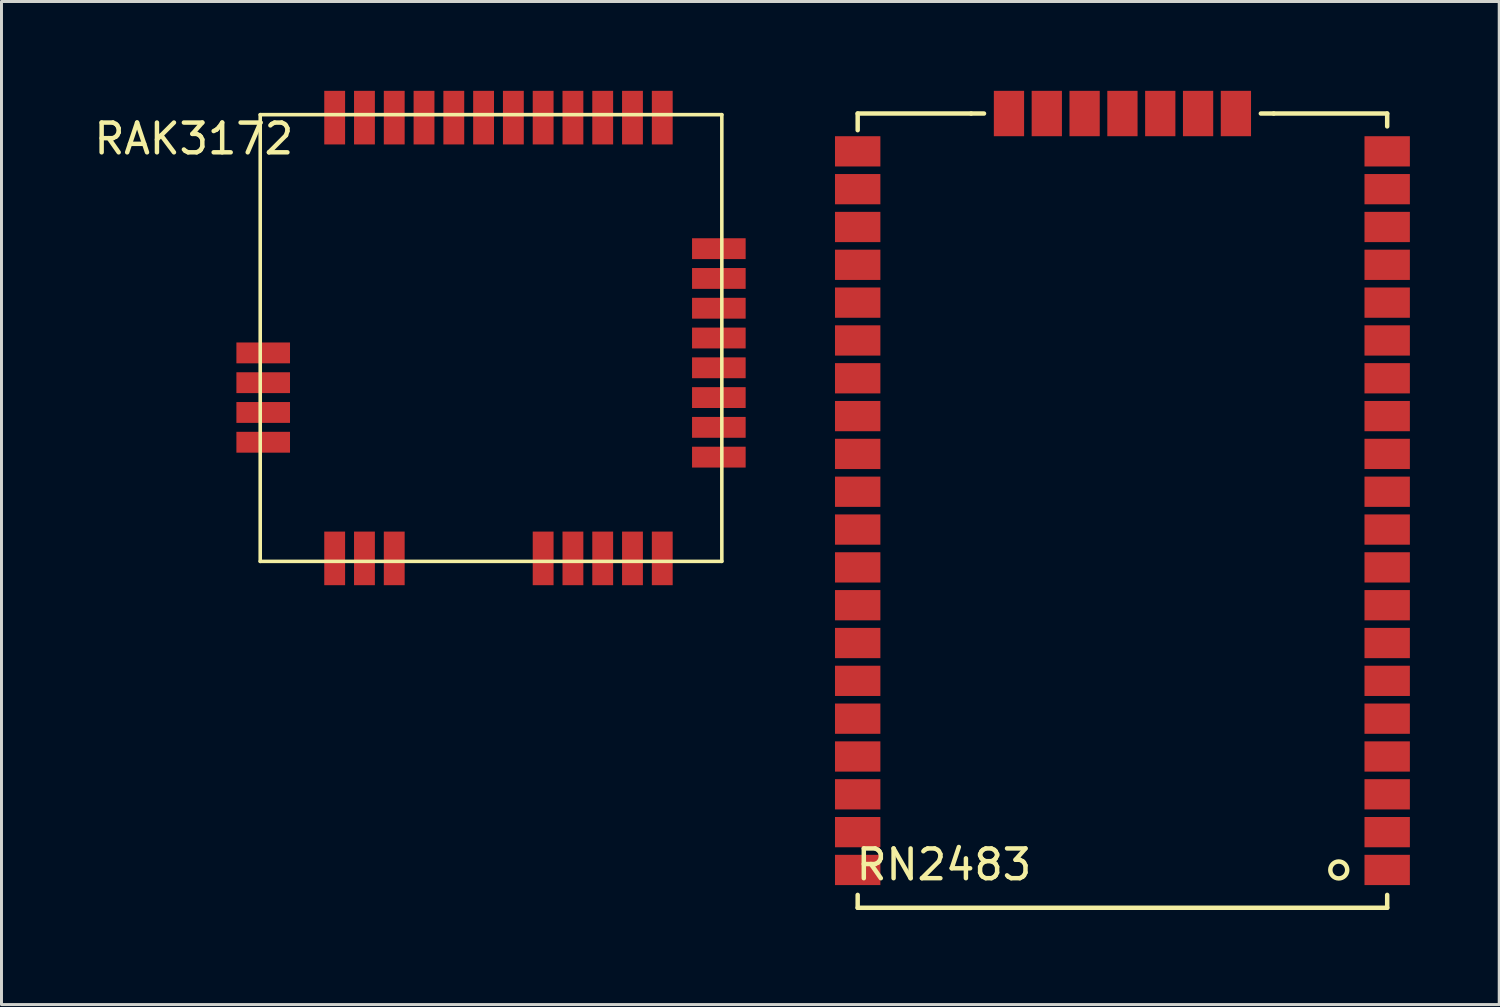
<source format=kicad_pcb>
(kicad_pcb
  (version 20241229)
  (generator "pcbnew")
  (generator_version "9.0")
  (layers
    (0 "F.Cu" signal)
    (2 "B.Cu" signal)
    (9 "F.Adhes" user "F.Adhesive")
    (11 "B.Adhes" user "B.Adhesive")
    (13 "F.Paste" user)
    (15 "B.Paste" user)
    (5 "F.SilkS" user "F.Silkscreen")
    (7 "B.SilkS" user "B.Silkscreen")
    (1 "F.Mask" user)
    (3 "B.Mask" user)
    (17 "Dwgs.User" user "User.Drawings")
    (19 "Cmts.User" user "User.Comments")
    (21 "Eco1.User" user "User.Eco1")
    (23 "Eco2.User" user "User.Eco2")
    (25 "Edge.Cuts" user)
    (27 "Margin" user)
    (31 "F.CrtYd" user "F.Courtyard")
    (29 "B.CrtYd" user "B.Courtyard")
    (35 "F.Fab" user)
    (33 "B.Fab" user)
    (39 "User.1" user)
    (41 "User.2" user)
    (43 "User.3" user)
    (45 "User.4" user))
  (footprint "RAK3172"
    (layer "F.Cu")
    (at 5.688 0.8)
    (property "Reference" "RAK3172" (at -2.23 0.81 0) (layer "F.SilkS") (effects (font (size 1 1) (thickness 0.15))))
    (attr through_hole)
    (fp_line (start 0 0) (end 15.5 0) (stroke (width 0.12) (type solid)) (layer "F.SilkS"))
    (fp_line (start 0 15) (end 0 0) (stroke (width 0.12) (type solid)) (layer "F.SilkS"))
    (fp_line (start 15.5 0) (end 15.5 15) (stroke (width 0.12) (type solid)) (layer "F.SilkS"))
    (fp_line (start 15.5 15) (end 0 15) (stroke (width 0.12) (type solid)) (layer "F.SilkS"))
    (pad "1" smd rect (at 2.5 0.1) (size 0.7 1.8) (layers "F.Cu" "F.Mask" "F.Paste"))
    (pad "2" smd rect (at 3.5 0.1) (size 0.7 1.8) (layers "F.Cu" "F.Mask" "F.Paste"))
    (pad "3" smd rect (at 4.5 0.1) (size 0.7 1.8) (layers "F.Cu" "F.Mask" "F.Paste"))
    (pad "4" smd rect (at 5.5 0.1) (size 0.7 1.8) (layers "F.Cu" "F.Mask" "F.Paste"))
    (pad "5" smd rect (at 6.5 0.1) (size 0.7 1.8) (layers "F.Cu" "F.Mask" "F.Paste"))
    (pad "6" smd rect (at 7.5 0.1) (size 0.7 1.8) (layers "F.Cu" "F.Mask" "F.Paste"))
    (pad "7" smd rect (at 8.5 0.1) (size 0.7 1.8) (layers "F.Cu" "F.Mask" "F.Paste"))
    (pad "8" smd rect (at 9.5 0.1) (size 0.7 1.8) (layers "F.Cu" "F.Mask" "F.Paste"))
    (pad "9" smd rect (at 10.5 0.1) (size 0.7 1.8) (layers "F.Cu" "F.Mask" "F.Paste"))
    (pad "10" smd rect (at 11.5 0.1) (size 0.7 1.8) (layers "F.Cu" "F.Mask" "F.Paste"))
    (pad "11" smd rect (at 12.5 0.1) (size 0.7 1.8) (layers "F.Cu" "F.Mask" "F.Paste"))
    (pad "12" smd rect (at 13.5 0.1) (size 0.7 1.8) (layers "F.Cu" "F.Mask" "F.Paste"))
    (pad "13" smd rect (at 0.1 11 90) (size 0.7 1.8) (layers "F.Cu" "F.Mask" "F.Paste"))
    (pad "14" smd rect (at 0.1 10 90) (size 0.7 1.8) (layers "F.Cu" "F.Mask" "F.Paste"))
    (pad "15" smd rect (at 0.1 9 90) (size 0.7 1.8) (layers "F.Cu" "F.Mask" "F.Paste"))
    (pad "16" smd rect (at 0.1 8 90) (size 0.7 1.8) (layers "F.Cu" "F.Mask" "F.Paste"))
    (pad "17" smd rect (at 2.5 14.9) (size 0.7 1.8) (layers "F.Cu" "F.Mask" "F.Paste"))
    (pad "18" smd rect (at 3.5 14.9) (size 0.7 1.8) (layers "F.Cu" "F.Mask" "F.Paste"))
    (pad "19" smd rect (at 4.5 14.9) (size 0.7 1.8) (layers "F.Cu" "F.Mask" "F.Paste"))
    (pad "20" smd rect (at 9.5 14.9) (size 0.7 1.8) (layers "F.Cu" "F.Mask" "F.Paste"))
    (pad "21" smd rect (at 10.5 14.9) (size 0.7 1.8) (layers "F.Cu" "F.Mask" "F.Paste"))
    (pad "22" smd rect (at 11.5 14.9) (size 0.7 1.8) (layers "F.Cu" "F.Mask" "F.Paste"))
    (pad "23" smd rect (at 12.5 14.9) (size 0.7 1.8) (layers "F.Cu" "F.Mask" "F.Paste"))
    (pad "24" smd rect (at 13.5 14.9) (size 0.7 1.8) (layers "F.Cu" "F.Mask" "F.Paste"))
    (pad "25" smd rect (at 15.4 11.5 90) (size 0.7 1.8) (layers "F.Cu" "F.Mask" "F.Paste"))
    (pad "26" smd rect (at 15.4 10.5 90) (size 0.7 1.8) (layers "F.Cu" "F.Mask" "F.Paste"))
    (pad "27" smd rect (at 15.4 9.5 90) (size 0.7 1.8) (layers "F.Cu" "F.Mask" "F.Paste"))
    (pad "28" smd rect (at 15.4 8.5 90) (size 0.7 1.8) (layers "F.Cu" "F.Mask" "F.Paste"))
    (pad "29" smd rect (at 15.4 7.5 90) (size 0.7 1.8) (layers "F.Cu" "F.Mask" "F.Paste"))
    (pad "30" smd rect (at 15.4 6.5 90) (size 0.7 1.8) (layers "F.Cu" "F.Mask" "F.Paste"))
    (pad "31" smd rect (at 15.4 5.5 90) (size 0.7 1.8) (layers "F.Cu" "F.Mask" "F.Paste"))
    (pad "32" smd rect (at 15.4 4.5 90) (size 0.7 1.8) (layers "F.Cu" "F.Mask" "F.Paste")))
  (footprint "RN2483"
    (layer "F.Cu")
    (at 25.75 27.432)
    (property "Reference" "RN2483" (at 2.896 -1.448 0) (layer "F.SilkS") (effects (font (size 1 1) (thickness 0.15))))
    (attr through_hole)
    (fp_line (start 0 -26.67) (end 0 -26.111) (stroke (width 0.15) (type solid)) (layer "F.SilkS"))
    (fp_line (start 0 -26.67) (end 3.81 -26.67) (stroke (width 0.15) (type solid)) (layer "F.SilkS"))
    (fp_line (start 0 0) (end 0 -0.432) (stroke (width 0.15) (type solid)) (layer "F.SilkS"))
    (fp_line (start 0 0) (end 17.78 0) (stroke (width 0.15) (type solid)) (layer "F.SilkS"))
    (fp_line (start 3.81 -26.67) (end 4.242 -26.67) (stroke (width 0.15) (type solid)) (layer "F.SilkS"))
    (fp_line (start 13.97 -26.67) (end 13.538 -26.67) (stroke (width 0.15) (type solid)) (layer "F.SilkS"))
    (fp_line (start 13.97 -26.67) (end 17.78 -26.67) (stroke (width 0.15) (type solid)) (layer "F.SilkS"))
    (fp_line (start 17.78 -26.67) (end 17.78 -26.238) (stroke (width 0.15) (type solid)) (layer "F.SilkS"))
    (fp_line (start 17.78 0) (end 17.78 -0.432) (stroke (width 0.15) (type solid)) (layer "F.SilkS"))
    (fp_circle (center 16.154 -1.27) (end 16.281 -1.016) (stroke (width 0.15) (type solid)) (fill no) (layer "F.SilkS"))
    (pad "1" smd rect (at 17.78 -1.27) (size 1.524 1.016) (layers "F.Cu" "F.Mask" "F.Paste"))
    (pad "2" smd rect (at 17.78 -2.54) (size 1.524 1.016) (layers "F.Cu" "F.Mask" "F.Paste"))
    (pad "3" smd rect (at 17.78 -3.81) (size 1.524 1.016) (layers "F.Cu" "F.Mask" "F.Paste"))
    (pad "4" smd rect (at 17.78 -5.08) (size 1.524 1.016) (layers "F.Cu" "F.Mask" "F.Paste"))
    (pad "5" smd rect (at 17.78 -6.35) (size 1.524 1.016) (layers "F.Cu" "F.Mask" "F.Paste"))
    (pad "6" smd rect (at 17.78 -7.62) (size 1.524 1.016) (layers "F.Cu" "F.Mask" "F.Paste"))
    (pad "7" smd rect (at 17.78 -8.89) (size 1.524 1.016) (layers "F.Cu" "F.Mask" "F.Paste"))
    (pad "8" smd rect (at 17.78 -10.16) (size 1.524 1.016) (layers "F.Cu" "F.Mask" "F.Paste"))
    (pad "9" smd rect (at 17.78 -11.43) (size 1.524 1.016) (layers "F.Cu" "F.Mask" "F.Paste"))
    (pad "10" smd rect (at 17.78 -12.7) (size 1.524 1.016) (layers "F.Cu" "F.Mask" "F.Paste"))
    (pad "11" smd rect (at 17.78 -13.97) (size 1.524 1.016) (layers "F.Cu" "F.Mask" "F.Paste"))
    (pad "12" smd rect (at 17.78 -15.24) (size 1.524 1.016) (layers "F.Cu" "F.Mask" "F.Paste"))
    (pad "13" smd rect (at 17.78 -16.51) (size 1.524 1.016) (layers "F.Cu" "F.Mask" "F.Paste"))
    (pad "14" smd rect (at 17.78 -17.78) (size 1.524 1.016) (layers "F.Cu" "F.Mask" "F.Paste"))
    (pad "15" smd rect (at 17.78 -19.05) (size 1.524 1.016) (layers "F.Cu" "F.Mask" "F.Paste"))
    (pad "16" smd rect (at 17.78 -20.32) (size 1.524 1.016) (layers "F.Cu" "F.Mask" "F.Paste"))
    (pad "17" smd rect (at 17.78 -21.59) (size 1.524 1.016) (layers "F.Cu" "F.Mask" "F.Paste"))
    (pad "18" smd rect (at 17.78 -22.86) (size 1.524 1.016) (layers "F.Cu" "F.Mask" "F.Paste"))
    (pad "19" smd rect (at 17.78 -24.13) (size 1.524 1.016) (layers "F.Cu" "F.Mask" "F.Paste"))
    (pad "20" smd rect (at 17.78 -25.4) (size 1.524 1.016) (layers "F.Cu" "F.Mask" "F.Paste"))
    (pad "21" smd rect (at 12.7 -26.67) (size 1.016 1.524) (layers "F.Cu" "F.Mask" "F.Paste"))
    (pad "22" smd rect (at 11.43 -26.67) (size 1.016 1.524) (layers "F.Cu" "F.Mask" "F.Paste"))
    (pad "23" smd rect (at 10.16 -26.67) (size 1.016 1.524) (layers "F.Cu" "F.Mask" "F.Paste"))
    (pad "24" smd rect (at 8.89 -26.67) (size 1.016 1.524) (layers "F.Cu" "F.Mask" "F.Paste"))
    (pad "25" smd rect (at 7.62 -26.67) (size 1.016 1.524) (layers "F.Cu" "F.Mask" "F.Paste"))
    (pad "26" smd rect (at 6.35 -26.67) (size 1.016 1.524) (layers "F.Cu" "F.Mask" "F.Paste"))
    (pad "27" smd rect (at 5.08 -26.67) (size 1.016 1.524) (layers "F.Cu" "F.Mask" "F.Paste"))
    (pad "28" smd rect (at 0 -25.4) (size 1.524 1.016) (layers "F.Cu" "F.Mask" "F.Paste"))
    (pad "29" smd rect (at 0 -24.13) (size 1.524 1.016) (layers "F.Cu" "F.Mask" "F.Paste"))
    (pad "30" smd rect (at 0 -22.86) (size 1.524 1.016) (layers "F.Cu" "F.Mask" "F.Paste"))
    (pad "31" smd rect (at 0 -21.59) (size 1.524 1.016) (layers "F.Cu" "F.Mask" "F.Paste"))
    (pad "32" smd rect (at 0 -20.32) (size 1.524 1.016) (layers "F.Cu" "F.Mask" "F.Paste"))
    (pad "33" smd rect (at 0 -19.05) (size 1.524 1.016) (layers "F.Cu" "F.Mask" "F.Paste"))
    (pad "34" smd rect (at 0 -17.78) (size 1.524 1.016) (layers "F.Cu" "F.Mask" "F.Paste"))
    (pad "35" smd rect (at 0 -16.51) (size 1.524 1.016) (layers "F.Cu" "F.Mask" "F.Paste"))
    (pad "36" smd rect (at 0 -15.24) (size 1.524 1.016) (layers "F.Cu" "F.Mask" "F.Paste"))
    (pad "37" smd rect (at 0 -13.97) (size 1.524 1.016) (layers "F.Cu" "F.Mask" "F.Paste"))
    (pad "38" smd rect (at 0 -12.7) (size 1.524 1.016) (layers "F.Cu" "F.Mask" "F.Paste"))
    (pad "39" smd rect (at 0 -11.43) (size 1.524 1.016) (layers "F.Cu" "F.Mask" "F.Paste"))
    (pad "40" smd rect (at 0 -10.16) (size 1.524 1.016) (layers "F.Cu" "F.Mask" "F.Paste"))
    (pad "41" smd rect (at 0 -8.89) (size 1.524 1.016) (layers "F.Cu" "F.Mask" "F.Paste"))
    (pad "42" smd rect (at 0 -7.62) (size 1.524 1.016) (layers "F.Cu" "F.Mask" "F.Paste"))
    (pad "43" smd rect (at 0 -6.35) (size 1.524 1.016) (layers "F.Cu" "F.Mask" "F.Paste"))
    (pad "44" smd rect (at 0 -5.08) (size 1.524 1.016) (layers "F.Cu" "F.Mask" "F.Paste"))
    (pad "45" smd rect (at 0 -3.81) (size 1.524 1.016) (layers "F.Cu" "F.Mask" "F.Paste"))
    (pad "46" smd rect (at 0 -2.54) (size 1.524 1.016) (layers "F.Cu" "F.Mask" "F.Paste"))
    (pad "47" smd rect (at 0 -1.27) (size 1.524 1.016) (layers "F.Cu" "F.Mask" "F.Paste")))
  (gr_rect
    (start -3 -3)
    (end 47.292 30.682)
    (stroke (width 0.1) (type default))
    (fill no)
    (layer "Edge.Cuts")))
</source>
